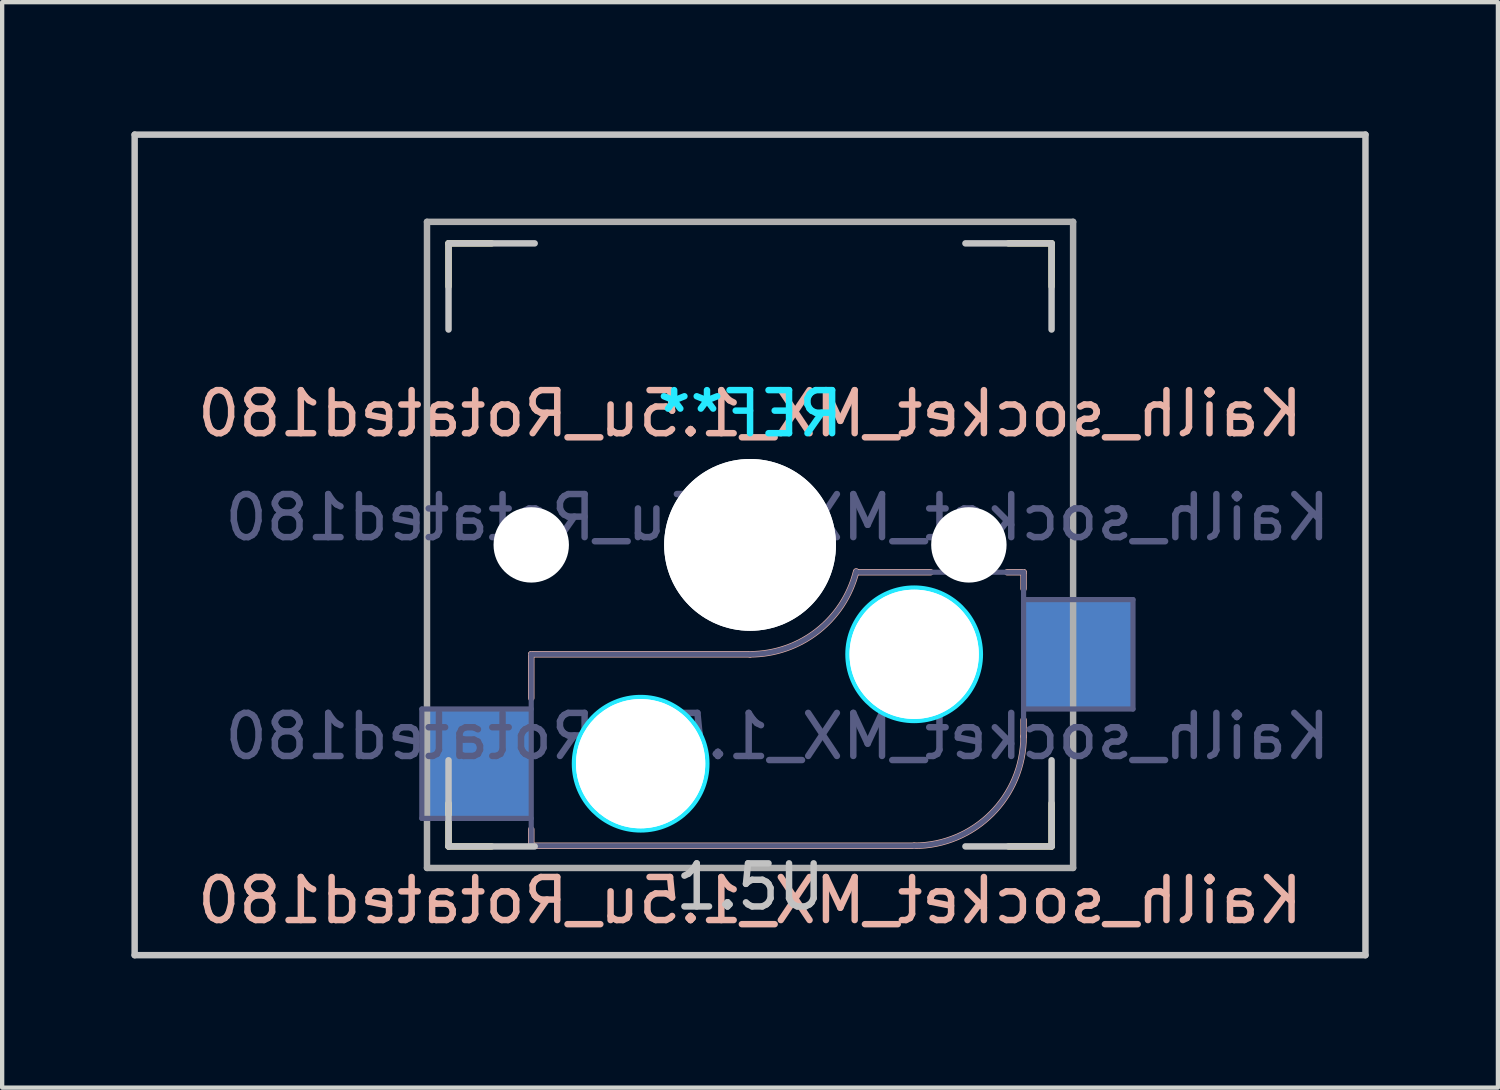
<source format=kicad_pcb>
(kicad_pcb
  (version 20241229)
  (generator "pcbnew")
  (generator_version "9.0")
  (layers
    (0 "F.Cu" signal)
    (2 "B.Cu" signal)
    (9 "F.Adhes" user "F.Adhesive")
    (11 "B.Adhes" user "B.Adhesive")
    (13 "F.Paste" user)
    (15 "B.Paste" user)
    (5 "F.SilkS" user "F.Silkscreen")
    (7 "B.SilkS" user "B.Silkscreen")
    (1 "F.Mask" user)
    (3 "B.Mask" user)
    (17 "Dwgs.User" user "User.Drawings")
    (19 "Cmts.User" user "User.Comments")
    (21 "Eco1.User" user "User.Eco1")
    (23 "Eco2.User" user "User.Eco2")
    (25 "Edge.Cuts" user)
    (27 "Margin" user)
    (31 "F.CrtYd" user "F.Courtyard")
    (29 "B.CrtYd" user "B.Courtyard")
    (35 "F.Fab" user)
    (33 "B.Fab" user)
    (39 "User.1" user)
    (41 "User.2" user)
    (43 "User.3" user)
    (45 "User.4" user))
  (footprint "Kailh_socket_MX_1.5u_Rotated180"
    (layer "F.Cu")
    (at 14.363 9.6)
    (property "Reference" "Kailh_socket_MX_1.5u_Rotated180" (at 0 8.255 180) (layer "B.SilkS") (effects (font (size 1 1) (thickness 0.15)) (justify mirror)))
    (property "Value" "Kailh_socket_MX_1.5u_Rotated180" (at 0 8.255 0) (layer "F.Fab") (hide yes) (effects (font (size 1 1) (thickness 0.15))))
    (attr smd)
    (fp_line (start -7 -6) (end -7 -7) (stroke (width 0.15) (type solid)) (layer "F.SilkS"))
    (fp_line (start -7 7) (end -7 6) (stroke (width 0.15) (type solid)) (layer "F.SilkS"))
    (fp_line (start -7 7) (end -6 7) (stroke (width 0.15) (type solid)) (layer "F.SilkS"))
    (fp_line (start -6 -7) (end -7 -7) (stroke (width 0.15) (type solid)) (layer "F.SilkS"))
    (fp_line (start 6 7) (end 7 7) (stroke (width 0.15) (type solid)) (layer "F.SilkS"))
    (fp_line (start 7 -7) (end 6 -7) (stroke (width 0.15) (type solid)) (layer "F.SilkS"))
    (fp_line (start 7 -7) (end 7 -6) (stroke (width 0.15) (type solid)) (layer "F.SilkS"))
    (fp_line (start 7 6) (end 7 7) (stroke (width 0.15) (type solid)) (layer "F.SilkS"))
    (fp_line (start -5.08 2.54) (end 0 2.54) (stroke (width 0.15) (type solid)) (layer "B.SilkS"))
    (fp_line (start -5.08 3.556) (end -5.08 2.54) (stroke (width 0.15) (type solid)) (layer "B.SilkS"))
    (fp_line (start -5.08 6.985) (end -5.08 6.604) (stroke (width 0.15) (type solid)) (layer "B.SilkS"))
    (fp_line (start 2.464 0.635) (end 4.191 0.635) (stroke (width 0.15) (type solid)) (layer "B.SilkS"))
    (fp_line (start 3.81 6.985) (end -5.08 6.985) (stroke (width 0.15) (type solid)) (layer "B.SilkS"))
    (fp_line (start 5.969 0.635) (end 6.35 0.635) (stroke (width 0.15) (type solid)) (layer "B.SilkS"))
    (fp_line (start 6.35 1.016) (end 6.35 0.635) (stroke (width 0.15) (type solid)) (layer "B.SilkS"))
    (fp_line (start 6.35 4.445) (end 6.35 4.064) (stroke (width 0.15) (type solid)) (layer "B.SilkS"))
    (fp_arc (start 2.464162 0.61604) (mid 1.563147 2.002042) (end 0 2.54) (stroke (width 0.15) (type solid)) (layer "B.SilkS"))
    (fp_arc (start 6.35 4.445) (mid 5.606051 6.241051) (end 3.81 6.985) (stroke (width 0.15) (type solid)) (layer "B.SilkS"))
    (fp_line (start -14.287 -9.525) (end 14.287 -9.525) (stroke (width 0.15) (type solid)) (layer "Dwgs.User"))
    (fp_line (start -14.287 9.525) (end -14.287 -9.525) (stroke (width 0.15) (type solid)) (layer "Dwgs.User"))
    (fp_line (start -7 -7) (end -7 -5) (stroke (width 0.15) (type solid)) (layer "Dwgs.User"))
    (fp_line (start -7 7) (end -7 5) (stroke (width 0.15) (type solid)) (layer "Dwgs.User"))
    (fp_line (start -5 -7) (end -7 -7) (stroke (width 0.15) (type solid)) (layer "Dwgs.User"))
    (fp_line (start -5 7) (end -7 7) (stroke (width 0.15) (type solid)) (layer "Dwgs.User"))
    (fp_line (start 5 7) (end 7 7) (stroke (width 0.15) (type solid)) (layer "Dwgs.User"))
    (fp_line (start 7 -7) (end 5 -7) (stroke (width 0.15) (type solid)) (layer "Dwgs.User"))
    (fp_line (start 7 -5) (end 7 -7) (stroke (width 0.15) (type solid)) (layer "Dwgs.User"))
    (fp_line (start 7 7) (end 7 5) (stroke (width 0.15) (type solid)) (layer "Dwgs.User"))
    (fp_line (start 14.287 -9.525) (end 14.287 9.525) (stroke (width 0.15) (type solid)) (layer "Dwgs.User"))
    (fp_line (start 14.287 9.525) (end -14.287 9.525) (stroke (width 0.15) (type solid)) (layer "Dwgs.User"))
    (fp_line (start -6.9 6.9) (end -6.9 -6.9) (stroke (width 0.15) (type solid)) (layer "Eco2.User"))
    (fp_line (start -6.9 6.9) (end 6.9 6.9) (stroke (width 0.15) (type solid)) (layer "Eco2.User"))
    (fp_line (start 6.9 -6.9) (end -6.9 -6.9) (stroke (width 0.15) (type solid)) (layer "Eco2.User"))
    (fp_line (start 6.9 -6.9) (end 6.9 6.9) (stroke (width 0.15) (type solid)) (layer "Eco2.User"))
    (fp_circle (center -2.54 5.08) (end -2.54 6.604) (stroke (width 0.15) (type solid)) (fill no) (layer "B.CrtYd"))
    (fp_circle (center 3.81 2.54) (end 3.81 4.064) (stroke (width 0.15) (type solid)) (fill no) (layer "B.CrtYd"))
    (fp_line (start -7.62 3.81) (end -5.08 3.81) (stroke (width 0.12) (type solid)) (layer "B.Fab"))
    (fp_line (start -7.62 6.35) (end -7.62 3.81) (stroke (width 0.12) (type solid)) (layer "B.Fab"))
    (fp_line (start -5.08 2.54) (end 0 2.54) (stroke (width 0.12) (type solid)) (layer "B.Fab"))
    (fp_line (start -5.08 6.35) (end -7.62 6.35) (stroke (width 0.12) (type solid)) (layer "B.Fab"))
    (fp_line (start -5.08 6.985) (end -5.08 2.54) (stroke (width 0.12) (type solid)) (layer "B.Fab"))
    (fp_line (start 3.81 6.985) (end -5.08 6.985) (stroke (width 0.12) (type solid)) (layer "B.Fab"))
    (fp_line (start 6.35 0.635) (end 2.54 0.635) (stroke (width 0.12) (type solid)) (layer "B.Fab"))
    (fp_line (start 6.35 0.635) (end 6.35 4.445) (stroke (width 0.12) (type solid)) (layer "B.Fab"))
    (fp_line (start 6.35 1.27) (end 8.89 1.27) (stroke (width 0.12) (type solid)) (layer "B.Fab"))
    (fp_line (start 8.89 1.27) (end 8.89 3.81) (stroke (width 0.12) (type solid)) (layer "B.Fab"))
    (fp_line (start 8.89 3.81) (end 6.35 3.81) (stroke (width 0.12) (type solid)) (layer "B.Fab"))
    (fp_arc (start 2.464162 0.61604) (mid 1.563147 2.002042) (end 0 2.54) (stroke (width 0.12) (type solid)) (layer "B.Fab"))
    (fp_arc (start 6.35 4.445) (mid 5.606051 6.241051) (end 3.81 6.985) (stroke (width 0.12) (type solid)) (layer "B.Fab"))
    (fp_line (start -7.5 -7.5) (end 7.5 -7.5) (stroke (width 0.15) (type solid)) (layer "F.Fab"))
    (fp_line (start -7.5 7.5) (end -7.5 -7.5) (stroke (width 0.15) (type solid)) (layer "F.Fab"))
    (fp_line (start 7.5 -7.5) (end 7.5 7.5) (stroke (width 0.15) (type solid)) (layer "F.Fab"))
    (fp_line (start 7.5 7.5) (end -7.5 7.5) (stroke (width 0.15) (type solid)) (layer "F.Fab"))
    (fp_text user "${REFERENCE}" (at 0 -3.048 180) (layer "B.SilkS") (effects (font (size 1 1) (thickness 0.15)) (justify mirror)))
    (fp_text user "1.5U" (at 0 7.938 180) (layer "Dwgs.User") (effects (font (size 1 1) (thickness 0.15))))
    (fp_text user "REF**" (at 0 -3.048 180) (layer "B.CrtYd") (effects (font (size 1 1) (thickness 0.15)) (justify mirror)))
    (fp_text user "${VALUE}" (at 0.635 -0.635 180) (layer "B.Fab") (effects (font (size 1 1) (thickness 0.15)) (justify mirror)))
    (fp_text user "${REFERENCE}" (at 0.635 4.445 180) (layer "B.Fab") (effects (font (size 1 1) (thickness 0.15)) (justify mirror)))
    (pad "" np_thru_hole circle (at -5.08 0 180) (size 1.702 1.702) (drill 1.702) (layers "*.Cu" "*.Mask"))
    (pad "" np_thru_hole circle (at -5.08 0 228.1) (size 1.75 1.75) (drill 1.75) (layers "*.Cu" "*.Mask"))
    (pad "" np_thru_hole circle (at -2.54 5.08 180) (size 3 3) (drill 3) (layers "*.Cu" "*.Mask"))
    (pad "" np_thru_hole circle (at -2.54 5.08 180) (size 3 3) (drill 3) (layers "*.Cu" "*.Mask"))
    (pad "" np_thru_hole circle (at 0 0 180) (size 3.988 3.988) (drill 3.988) (layers "*.Cu" "*.Mask"))
    (pad "" np_thru_hole circle (at 0 0 180) (size 3.988 3.988) (drill 3.988) (layers "*.Cu" "*.Mask"))
    (pad "" np_thru_hole circle (at 3.81 2.54 180) (size 3 3) (drill 3) (layers "*.Cu" "*.Mask"))
    (pad "" np_thru_hole circle (at 3.81 2.54 180) (size 3 3) (drill 3) (layers "*.Cu" "*.Mask"))
    (pad "" np_thru_hole circle (at 5.08 0 180) (size 1.702 1.702) (drill 1.702) (layers "*.Cu" "*.Mask"))
    (pad "" np_thru_hole circle (at 5.08 0 228.1) (size 1.75 1.75) (drill 1.75) (layers "*.Cu" "*.Mask"))
    (pad "1" smd rect (at 7.62 2.54 180) (size 2.55 2.5) (layers "B.Cu" "B.Mask" "B.Paste"))
    (pad "2" smd rect (at -6.35 5.08 180) (size 2.55 2.5) (layers "B.Cu" "B.Mask" "B.Paste")))
  (gr_rect
    (start -3 -3)
    (end 31.725 22.2)
    (stroke (width 0.1) (type default))
    (fill no)
    (layer "Edge.Cuts")))
</source>
